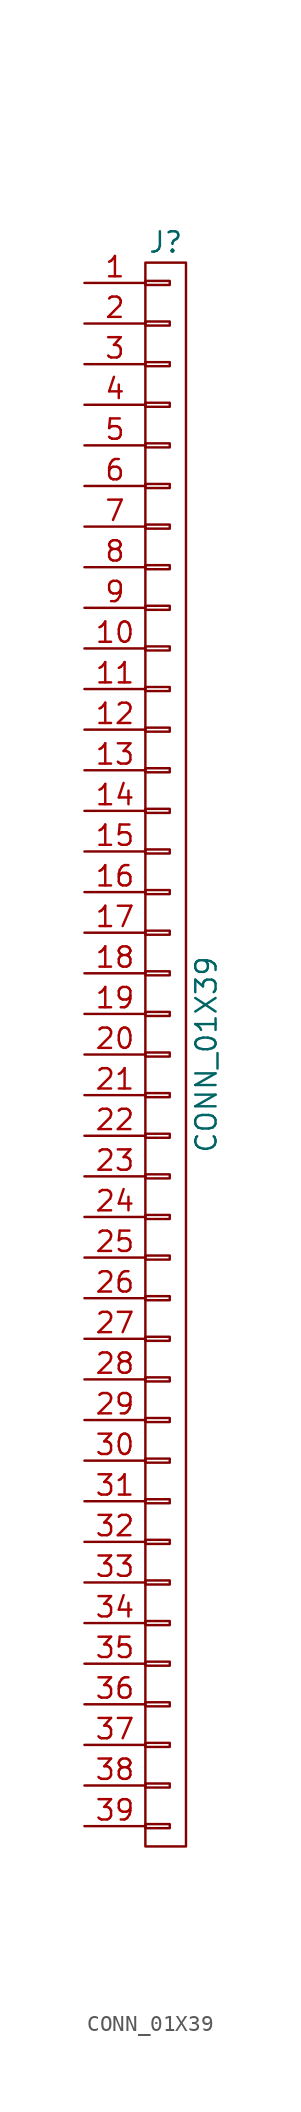
<source format=kicad_sym>
(kicad_symbol_lib
  (version 20211014)
  (generator kicad_symbol_editor)
  (symbol "CONN_01X39"
    (pin_names
      (offset 1.016) hide)
    (property "Reference" "J"
      (at 0 50.8 0)
      (effects (font (size 1.27 1.27))))
    (property "Value" "CONN_01X39"
      (at 2.54 0 90)
      (effects (font (size 1.27 1.27))))
    (symbol "CONN_01X39_0_1"
      (rectangle (start -1.27 -49.53) (end 1.27 49.53) (stroke (width 0) (type default) (color 0 0 0 0)) (fill (type none)))
      (rectangle (start -1.27 -48.133) (end 0.254 -48.387) (stroke (width 0) (type default) (color 0 0 0 0)) (fill (type none)))
      (rectangle (start -1.27 -45.593) (end 0.254 -45.847) (stroke (width 0) (type default) (color 0 0 0 0)) (fill (type none)))
      (rectangle (start -1.27 -43.053) (end 0.254 -43.307) (stroke (width 0) (type default) (color 0 0 0 0)) (fill (type none)))
      (rectangle (start -1.27 -40.513) (end 0.254 -40.767) (stroke (width 0) (type default) (color 0 0 0 0)) (fill (type none)))
      (rectangle (start -1.27 -37.973) (end 0.254 -38.227) (stroke (width 0) (type default) (color 0 0 0 0)) (fill (type none)))
      (rectangle (start -1.27 -35.433) (end 0.254 -35.687) (stroke (width 0) (type default) (color 0 0 0 0)) (fill (type none)))
      (rectangle (start -1.27 -32.893) (end 0.254 -33.147) (stroke (width 0) (type default) (color 0 0 0 0)) (fill (type none)))
      (rectangle (start -1.27 -30.353) (end 0.254 -30.607) (stroke (width 0) (type default) (color 0 0 0 0)) (fill (type none)))
      (rectangle (start -1.27 -27.813) (end 0.254 -28.067) (stroke (width 0) (type default) (color 0 0 0 0)) (fill (type none)))
      (rectangle (start -1.27 -25.273) (end 0.254 -25.527) (stroke (width 0) (type default) (color 0 0 0 0)) (fill (type none)))
      (rectangle (start -1.27 -22.733) (end 0.254 -22.987) (stroke (width 0) (type default) (color 0 0 0 0)) (fill (type none)))
      (rectangle (start -1.27 -20.193) (end 0.254 -20.447) (stroke (width 0) (type default) (color 0 0 0 0)) (fill (type none)))
      (rectangle (start -1.27 -17.653) (end 0.254 -17.907) (stroke (width 0) (type default) (color 0 0 0 0)) (fill (type none)))
      (rectangle (start -1.27 -15.113) (end 0.254 -15.367) (stroke (width 0) (type default) (color 0 0 0 0)) (fill (type none)))
      (rectangle (start -1.27 -12.573) (end 0.254 -12.827) (stroke (width 0) (type default) (color 0 0 0 0)) (fill (type none)))
      (rectangle (start -1.27 -10.033) (end 0.254 -10.287) (stroke (width 0) (type default) (color 0 0 0 0)) (fill (type none)))
      (rectangle (start -1.27 -7.493) (end 0.254 -7.747) (stroke (width 0) (type default) (color 0 0 0 0)) (fill (type none)))
      (rectangle (start -1.27 -4.953) (end 0.254 -5.207) (stroke (width 0) (type default) (color 0 0 0 0)) (fill (type none)))
      (rectangle (start -1.27 -2.413) (end 0.254 -2.667) (stroke (width 0) (type default) (color 0 0 0 0)) (fill (type none)))
      (rectangle (start -1.27 0.127) (end 0.254 -0.127) (stroke (width 0) (type default) (color 0 0 0 0)) (fill (type none)))
      (rectangle (start -1.27 2.667) (end 0.254 2.413) (stroke (width 0) (type default) (color 0 0 0 0)) (fill (type none)))
      (rectangle (start -1.27 5.207) (end 0.254 4.953) (stroke (width 0) (type default) (color 0 0 0 0)) (fill (type none)))
      (rectangle (start -1.27 7.747) (end 0.254 7.493) (stroke (width 0) (type default) (color 0 0 0 0)) (fill (type none)))
      (rectangle (start -1.27 10.287) (end 0.254 10.033) (stroke (width 0) (type default) (color 0 0 0 0)) (fill (type none)))
      (rectangle (start -1.27 12.827) (end 0.254 12.573) (stroke (width 0) (type default) (color 0 0 0 0)) (fill (type none)))
      (rectangle (start -1.27 15.367) (end 0.254 15.113) (stroke (width 0) (type default) (color 0 0 0 0)) (fill (type none)))
      (rectangle (start -1.27 17.907) (end 0.254 17.653) (stroke (width 0) (type default) (color 0 0 0 0)) (fill (type none)))
      (rectangle (start -1.27 20.447) (end 0.254 20.193) (stroke (width 0) (type default) (color 0 0 0 0)) (fill (type none)))
      (rectangle (start -1.27 22.987) (end 0.254 22.733) (stroke (width 0) (type default) (color 0 0 0 0)) (fill (type none)))
      (rectangle (start -1.27 25.527) (end 0.254 25.273) (stroke (width 0) (type default) (color 0 0 0 0)) (fill (type none)))
      (rectangle (start -1.27 28.067) (end 0.254 27.813) (stroke (width 0) (type default) (color 0 0 0 0)) (fill (type none)))
      (rectangle (start -1.27 30.607) (end 0.254 30.353) (stroke (width 0) (type default) (color 0 0 0 0)) (fill (type none)))
      (rectangle (start -1.27 33.147) (end 0.254 32.893) (stroke (width 0) (type default) (color 0 0 0 0)) (fill (type none)))
      (rectangle (start -1.27 35.687) (end 0.254 35.433) (stroke (width 0) (type default) (color 0 0 0 0)) (fill (type none)))
      (rectangle (start -1.27 38.227) (end 0.254 37.973) (stroke (width 0) (type default) (color 0 0 0 0)) (fill (type none)))
      (rectangle (start -1.27 40.767) (end 0.254 40.513) (stroke (width 0) (type default) (color 0 0 0 0)) (fill (type none)))
      (rectangle (start -1.27 43.307) (end 0.254 43.053) (stroke (width 0) (type default) (color 0 0 0 0)) (fill (type none)))
      (rectangle (start -1.27 45.847) (end 0.254 45.593) (stroke (width 0) (type default) (color 0 0 0 0)) (fill (type none)))
      (rectangle (start -1.27 48.387) (end 0.254 48.133) (stroke (width 0) (type default) (color 0 0 0 0)) (fill (type none))))
    (symbol "CONN_01X39_1_1"
      (pin passive line (at -5.08 48.26 0) (length 3.81) (name "P1" (effects (font (size 1.27 1.27)))) (number "1" (effects (font (size 1.27 1.27)))))
      (pin passive line (at -5.08 25.4 0) (length 3.81) (name "P10" (effects (font (size 1.27 1.27)))) (number "10" (effects (font (size 1.27 1.27)))))
      (pin passive line (at -5.08 22.86 0) (length 3.81) (name "P11" (effects (font (size 1.27 1.27)))) (number "11" (effects (font (size 1.27 1.27)))))
      (pin passive line (at -5.08 20.32 0) (length 3.81) (name "P12" (effects (font (size 1.27 1.27)))) (number "12" (effects (font (size 1.27 1.27)))))
      (pin passive line (at -5.08 17.78 0) (length 3.81) (name "P13" (effects (font (size 1.27 1.27)))) (number "13" (effects (font (size 1.27 1.27)))))
      (pin passive line (at -5.08 15.24 0) (length 3.81) (name "P14" (effects (font (size 1.27 1.27)))) (number "14" (effects (font (size 1.27 1.27)))))
      (pin passive line (at -5.08 12.7 0) (length 3.81) (name "P15" (effects (font (size 1.27 1.27)))) (number "15" (effects (font (size 1.27 1.27)))))
      (pin passive line (at -5.08 10.16 0) (length 3.81) (name "P16" (effects (font (size 1.27 1.27)))) (number "16" (effects (font (size 1.27 1.27)))))
      (pin passive line (at -5.08 7.62 0) (length 3.81) (name "P17" (effects (font (size 1.27 1.27)))) (number "17" (effects (font (size 1.27 1.27)))))
      (pin passive line (at -5.08 5.08 0) (length 3.81) (name "P18" (effects (font (size 1.27 1.27)))) (number "18" (effects (font (size 1.27 1.27)))))
      (pin passive line (at -5.08 2.54 0) (length 3.81) (name "P19" (effects (font (size 1.27 1.27)))) (number "19" (effects (font (size 1.27 1.27)))))
      (pin passive line (at -5.08 45.72 0) (length 3.81) (name "P2" (effects (font (size 1.27 1.27)))) (number "2" (effects (font (size 1.27 1.27)))))
      (pin passive line (at -5.08 0 0) (length 3.81) (name "P20" (effects (font (size 1.27 1.27)))) (number "20" (effects (font (size 1.27 1.27)))))
      (pin passive line (at -5.08 -2.54 0) (length 3.81) (name "P21" (effects (font (size 1.27 1.27)))) (number "21" (effects (font (size 1.27 1.27)))))
      (pin passive line (at -5.08 -5.08 0) (length 3.81) (name "P22" (effects (font (size 1.27 1.27)))) (number "22" (effects (font (size 1.27 1.27)))))
      (pin passive line (at -5.08 -7.62 0) (length 3.81) (name "P23" (effects (font (size 1.27 1.27)))) (number "23" (effects (font (size 1.27 1.27)))))
      (pin passive line (at -5.08 -10.16 0) (length 3.81) (name "P24" (effects (font (size 1.27 1.27)))) (number "24" (effects (font (size 1.27 1.27)))))
      (pin passive line (at -5.08 -12.7 0) (length 3.81) (name "P25" (effects (font (size 1.27 1.27)))) (number "25" (effects (font (size 1.27 1.27)))))
      (pin passive line (at -5.08 -15.24 0) (length 3.81) (name "P26" (effects (font (size 1.27 1.27)))) (number "26" (effects (font (size 1.27 1.27)))))
      (pin passive line (at -5.08 -17.78 0) (length 3.81) (name "P27" (effects (font (size 1.27 1.27)))) (number "27" (effects (font (size 1.27 1.27)))))
      (pin passive line (at -5.08 -20.32 0) (length 3.81) (name "P28" (effects (font (size 1.27 1.27)))) (number "28" (effects (font (size 1.27 1.27)))))
      (pin passive line (at -5.08 -22.86 0) (length 3.81) (name "P29" (effects (font (size 1.27 1.27)))) (number "29" (effects (font (size 1.27 1.27)))))
      (pin passive line (at -5.08 43.18 0) (length 3.81) (name "P3" (effects (font (size 1.27 1.27)))) (number "3" (effects (font (size 1.27 1.27)))))
      (pin passive line (at -5.08 -25.4 0) (length 3.81) (name "P30" (effects (font (size 1.27 1.27)))) (number "30" (effects (font (size 1.27 1.27)))))
      (pin passive line (at -5.08 -27.94 0) (length 3.81) (name "P31" (effects (font (size 1.27 1.27)))) (number "31" (effects (font (size 1.27 1.27)))))
      (pin passive line (at -5.08 -30.48 0) (length 3.81) (name "P32" (effects (font (size 1.27 1.27)))) (number "32" (effects (font (size 1.27 1.27)))))
      (pin passive line (at -5.08 -33.02 0) (length 3.81) (name "P33" (effects (font (size 1.27 1.27)))) (number "33" (effects (font (size 1.27 1.27)))))
      (pin passive line (at -5.08 -35.56 0) (length 3.81) (name "P34" (effects (font (size 1.27 1.27)))) (number "34" (effects (font (size 1.27 1.27)))))
      (pin passive line (at -5.08 -38.1 0) (length 3.81) (name "P35" (effects (font (size 1.27 1.27)))) (number "35" (effects (font (size 1.27 1.27)))))
      (pin passive line (at -5.08 -40.64 0) (length 3.81) (name "P36" (effects (font (size 1.27 1.27)))) (number "36" (effects (font (size 1.27 1.27)))))
      (pin passive line (at -5.08 -43.18 0) (length 3.81) (name "P37" (effects (font (size 1.27 1.27)))) (number "37" (effects (font (size 1.27 1.27)))))
      (pin passive line (at -5.08 -45.72 0) (length 3.81) (name "P38" (effects (font (size 1.27 1.27)))) (number "38" (effects (font (size 1.27 1.27)))))
      (pin passive line (at -5.08 -48.26 0) (length 3.81) (name "P39" (effects (font (size 1.27 1.27)))) (number "39" (effects (font (size 1.27 1.27)))))
      (pin passive line (at -5.08 40.64 0) (length 3.81) (name "P4" (effects (font (size 1.27 1.27)))) (number "4" (effects (font (size 1.27 1.27)))))
      (pin passive line (at -5.08 38.1 0) (length 3.81) (name "P5" (effects (font (size 1.27 1.27)))) (number "5" (effects (font (size 1.27 1.27)))))
      (pin passive line (at -5.08 35.56 0) (length 3.81) (name "P6" (effects (font (size 1.27 1.27)))) (number "6" (effects (font (size 1.27 1.27)))))
      (pin passive line (at -5.08 33.02 0) (length 3.81) (name "P7" (effects (font (size 1.27 1.27)))) (number "7" (effects (font (size 1.27 1.27)))))
      (pin passive line (at -5.08 30.48 0) (length 3.81) (name "P8" (effects (font (size 1.27 1.27)))) (number "8" (effects (font (size 1.27 1.27)))))
      (pin passive line (at -5.08 27.94 0) (length 3.81) (name "P9" (effects (font (size 1.27 1.27)))) (number "9" (effects (font (size 1.27 1.27))))))))
</source>
